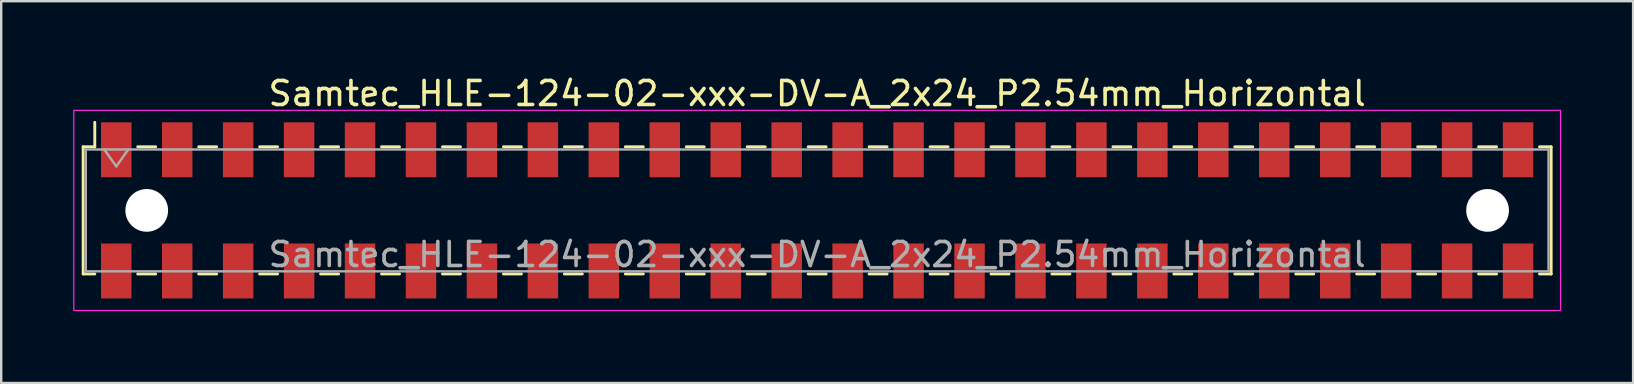
<source format=kicad_pcb>
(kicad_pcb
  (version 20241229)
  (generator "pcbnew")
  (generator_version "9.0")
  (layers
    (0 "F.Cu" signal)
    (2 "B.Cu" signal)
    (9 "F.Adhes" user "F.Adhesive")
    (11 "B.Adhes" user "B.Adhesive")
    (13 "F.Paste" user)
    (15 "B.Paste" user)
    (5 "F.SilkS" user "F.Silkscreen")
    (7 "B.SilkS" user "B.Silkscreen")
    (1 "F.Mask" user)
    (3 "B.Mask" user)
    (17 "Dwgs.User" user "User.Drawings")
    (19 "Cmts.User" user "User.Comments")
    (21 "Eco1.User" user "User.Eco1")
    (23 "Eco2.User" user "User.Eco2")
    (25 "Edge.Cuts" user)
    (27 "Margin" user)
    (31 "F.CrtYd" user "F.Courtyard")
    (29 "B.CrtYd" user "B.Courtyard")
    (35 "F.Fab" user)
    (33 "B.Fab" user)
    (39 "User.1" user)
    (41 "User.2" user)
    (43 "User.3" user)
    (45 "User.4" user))
  (footprint "Samtec_HLE-124-02-xxx-DV-A_2x24_P2.54mm_Horizontal"
    (layer "F.Cu")
    (at 31.005 5.718)
    (property "Reference" "Samtec_HLE-124-02-xxx-DV-A_2x24_P2.54mm_Horizontal" (at 0 -4.87 0) (layer "F.SilkS") (effects (font (size 1 1) (thickness 0.15))))
    (attr smd)
    (fp_line (start -30.59 -2.65) (end -30.59 2.65) (stroke (width 0.12) (type solid)) (layer "F.SilkS"))
    (fp_line (start -30.59 2.65) (end -30.105 2.65) (stroke (width 0.12) (type solid)) (layer "F.SilkS"))
    (fp_line (start -30.105 -3.67) (end -30.105 -2.65) (stroke (width 0.12) (type solid)) (layer "F.SilkS"))
    (fp_line (start -30.105 -2.65) (end -30.59 -2.65) (stroke (width 0.12) (type solid)) (layer "F.SilkS"))
    (fp_line (start -28.315 -2.65) (end -27.565 -2.65) (stroke (width 0.12) (type solid)) (layer "F.SilkS"))
    (fp_line (start -28.315 2.65) (end -27.565 2.65) (stroke (width 0.12) (type solid)) (layer "F.SilkS"))
    (fp_line (start -25.775 -2.65) (end -25.025 -2.65) (stroke (width 0.12) (type solid)) (layer "F.SilkS"))
    (fp_line (start -25.775 2.65) (end -25.025 2.65) (stroke (width 0.12) (type solid)) (layer "F.SilkS"))
    (fp_line (start -23.235 -2.65) (end -22.485 -2.65) (stroke (width 0.12) (type solid)) (layer "F.SilkS"))
    (fp_line (start -23.235 2.65) (end -22.485 2.65) (stroke (width 0.12) (type solid)) (layer "F.SilkS"))
    (fp_line (start -20.695 -2.65) (end -19.945 -2.65) (stroke (width 0.12) (type solid)) (layer "F.SilkS"))
    (fp_line (start -20.695 2.65) (end -19.945 2.65) (stroke (width 0.12) (type solid)) (layer "F.SilkS"))
    (fp_line (start -18.155 -2.65) (end -17.405 -2.65) (stroke (width 0.12) (type solid)) (layer "F.SilkS"))
    (fp_line (start -18.155 2.65) (end -17.405 2.65) (stroke (width 0.12) (type solid)) (layer "F.SilkS"))
    (fp_line (start -15.615 -2.65) (end -14.865 -2.65) (stroke (width 0.12) (type solid)) (layer "F.SilkS"))
    (fp_line (start -15.615 2.65) (end -14.865 2.65) (stroke (width 0.12) (type solid)) (layer "F.SilkS"))
    (fp_line (start -13.075 -2.65) (end -12.325 -2.65) (stroke (width 0.12) (type solid)) (layer "F.SilkS"))
    (fp_line (start -13.075 2.65) (end -12.325 2.65) (stroke (width 0.12) (type solid)) (layer "F.SilkS"))
    (fp_line (start -10.535 -2.65) (end -9.785 -2.65) (stroke (width 0.12) (type solid)) (layer "F.SilkS"))
    (fp_line (start -10.535 2.65) (end -9.785 2.65) (stroke (width 0.12) (type solid)) (layer "F.SilkS"))
    (fp_line (start -7.995 -2.65) (end -7.245 -2.65) (stroke (width 0.12) (type solid)) (layer "F.SilkS"))
    (fp_line (start -7.995 2.65) (end -7.245 2.65) (stroke (width 0.12) (type solid)) (layer "F.SilkS"))
    (fp_line (start -5.455 -2.65) (end -4.705 -2.65) (stroke (width 0.12) (type solid)) (layer "F.SilkS"))
    (fp_line (start -5.455 2.65) (end -4.705 2.65) (stroke (width 0.12) (type solid)) (layer "F.SilkS"))
    (fp_line (start -2.915 -2.65) (end -2.165 -2.65) (stroke (width 0.12) (type solid)) (layer "F.SilkS"))
    (fp_line (start -2.915 2.65) (end -2.165 2.65) (stroke (width 0.12) (type solid)) (layer "F.SilkS"))
    (fp_line (start -0.375 -2.65) (end 0.375 -2.65) (stroke (width 0.12) (type solid)) (layer "F.SilkS"))
    (fp_line (start -0.375 2.65) (end 0.375 2.65) (stroke (width 0.12) (type solid)) (layer "F.SilkS"))
    (fp_line (start 2.165 -2.65) (end 2.915 -2.65) (stroke (width 0.12) (type solid)) (layer "F.SilkS"))
    (fp_line (start 2.165 2.65) (end 2.915 2.65) (stroke (width 0.12) (type solid)) (layer "F.SilkS"))
    (fp_line (start 4.705 -2.65) (end 5.455 -2.65) (stroke (width 0.12) (type solid)) (layer "F.SilkS"))
    (fp_line (start 4.705 2.65) (end 5.455 2.65) (stroke (width 0.12) (type solid)) (layer "F.SilkS"))
    (fp_line (start 7.245 -2.65) (end 7.995 -2.65) (stroke (width 0.12) (type solid)) (layer "F.SilkS"))
    (fp_line (start 7.245 2.65) (end 7.995 2.65) (stroke (width 0.12) (type solid)) (layer "F.SilkS"))
    (fp_line (start 9.785 -2.65) (end 10.535 -2.65) (stroke (width 0.12) (type solid)) (layer "F.SilkS"))
    (fp_line (start 9.785 2.65) (end 10.535 2.65) (stroke (width 0.12) (type solid)) (layer "F.SilkS"))
    (fp_line (start 12.325 -2.65) (end 13.075 -2.65) (stroke (width 0.12) (type solid)) (layer "F.SilkS"))
    (fp_line (start 12.325 2.65) (end 13.075 2.65) (stroke (width 0.12) (type solid)) (layer "F.SilkS"))
    (fp_line (start 14.865 -2.65) (end 15.615 -2.65) (stroke (width 0.12) (type solid)) (layer "F.SilkS"))
    (fp_line (start 14.865 2.65) (end 15.615 2.65) (stroke (width 0.12) (type solid)) (layer "F.SilkS"))
    (fp_line (start 17.405 -2.65) (end 18.155 -2.65) (stroke (width 0.12) (type solid)) (layer "F.SilkS"))
    (fp_line (start 17.405 2.65) (end 18.155 2.65) (stroke (width 0.12) (type solid)) (layer "F.SilkS"))
    (fp_line (start 19.945 -2.65) (end 20.695 -2.65) (stroke (width 0.12) (type solid)) (layer "F.SilkS"))
    (fp_line (start 19.945 2.65) (end 20.695 2.65) (stroke (width 0.12) (type solid)) (layer "F.SilkS"))
    (fp_line (start 22.485 -2.65) (end 23.235 -2.65) (stroke (width 0.12) (type solid)) (layer "F.SilkS"))
    (fp_line (start 22.485 2.65) (end 23.235 2.65) (stroke (width 0.12) (type solid)) (layer "F.SilkS"))
    (fp_line (start 25.025 -2.65) (end 25.775 -2.65) (stroke (width 0.12) (type solid)) (layer "F.SilkS"))
    (fp_line (start 25.025 2.65) (end 25.775 2.65) (stroke (width 0.12) (type solid)) (layer "F.SilkS"))
    (fp_line (start 27.565 -2.65) (end 28.315 -2.65) (stroke (width 0.12) (type solid)) (layer "F.SilkS"))
    (fp_line (start 27.565 2.65) (end 28.315 2.65) (stroke (width 0.12) (type solid)) (layer "F.SilkS"))
    (fp_line (start 30.105 -2.65) (end 30.59 -2.65) (stroke (width 0.12) (type solid)) (layer "F.SilkS"))
    (fp_line (start 30.59 -2.65) (end 30.59 2.65) (stroke (width 0.12) (type solid)) (layer "F.SilkS"))
    (fp_line (start 30.59 2.65) (end 30.105 2.65) (stroke (width 0.12) (type solid)) (layer "F.SilkS"))
    (fp_line (start -30.98 -4.17) (end 30.98 -4.17) (stroke (width 0.05) (type solid)) (layer "F.CrtYd"))
    (fp_line (start -30.98 4.17) (end -30.98 -4.17) (stroke (width 0.05) (type solid)) (layer "F.CrtYd"))
    (fp_line (start 30.98 -4.17) (end 30.98 4.17) (stroke (width 0.05) (type solid)) (layer "F.CrtYd"))
    (fp_line (start 30.98 4.17) (end -30.98 4.17) (stroke (width 0.05) (type solid)) (layer "F.CrtYd"))
    (fp_line (start -30.48 -2.54) (end 30.48 -2.54) (stroke (width 0.1) (type solid)) (layer "F.Fab"))
    (fp_line (start -30.48 2.54) (end -30.48 -2.54) (stroke (width 0.1) (type solid)) (layer "F.Fab"))
    (fp_line (start -29.71 -2.54) (end -29.21 -1.833) (stroke (width 0.1) (type solid)) (layer "F.Fab"))
    (fp_line (start -29.21 -1.833) (end -28.71 -2.54) (stroke (width 0.1) (type solid)) (layer "F.Fab"))
    (fp_line (start 30.48 -2.54) (end 30.48 2.54) (stroke (width 0.1) (type solid)) (layer "F.Fab"))
    (fp_line (start 30.48 2.54) (end -30.48 2.54) (stroke (width 0.1) (type solid)) (layer "F.Fab"))
    (fp_text user "${REFERENCE}" (at 0 1.84 0) (layer "F.Fab") (effects (font (size 1 1) (thickness 0.15))))
    (pad "" np_thru_hole circle (at -27.94 0) (size 1.78 1.78) (drill 1.78) (layers "*.Cu" "*.Mask"))
    (pad "" np_thru_hole circle (at 27.94 0) (size 1.78 1.78) (drill 1.78) (layers "*.Cu" "*.Mask"))
    (pad "1" smd rect (at -29.21 -2.525) (size 1.27 2.29) (layers "F.Cu" "F.Mask" "F.Paste"))
    (pad "2" smd rect (at -29.21 2.525) (size 1.27 2.29) (layers "F.Cu" "F.Mask" "F.Paste"))
    (pad "3" smd rect (at -26.67 -2.525) (size 1.27 2.29) (layers "F.Cu" "F.Mask" "F.Paste"))
    (pad "4" smd rect (at -26.67 2.525) (size 1.27 2.29) (layers "F.Cu" "F.Mask" "F.Paste"))
    (pad "5" smd rect (at -24.13 -2.525) (size 1.27 2.29) (layers "F.Cu" "F.Mask" "F.Paste"))
    (pad "6" smd rect (at -24.13 2.525) (size 1.27 2.29) (layers "F.Cu" "F.Mask" "F.Paste"))
    (pad "7" smd rect (at -21.59 -2.525) (size 1.27 2.29) (layers "F.Cu" "F.Mask" "F.Paste"))
    (pad "8" smd rect (at -21.59 2.525) (size 1.27 2.29) (layers "F.Cu" "F.Mask" "F.Paste"))
    (pad "9" smd rect (at -19.05 -2.525) (size 1.27 2.29) (layers "F.Cu" "F.Mask" "F.Paste"))
    (pad "10" smd rect (at -19.05 2.525) (size 1.27 2.29) (layers "F.Cu" "F.Mask" "F.Paste"))
    (pad "11" smd rect (at -16.51 -2.525) (size 1.27 2.29) (layers "F.Cu" "F.Mask" "F.Paste"))
    (pad "12" smd rect (at -16.51 2.525) (size 1.27 2.29) (layers "F.Cu" "F.Mask" "F.Paste"))
    (pad "13" smd rect (at -13.97 -2.525) (size 1.27 2.29) (layers "F.Cu" "F.Mask" "F.Paste"))
    (pad "14" smd rect (at -13.97 2.525) (size 1.27 2.29) (layers "F.Cu" "F.Mask" "F.Paste"))
    (pad "15" smd rect (at -11.43 -2.525) (size 1.27 2.29) (layers "F.Cu" "F.Mask" "F.Paste"))
    (pad "16" smd rect (at -11.43 2.525) (size 1.27 2.29) (layers "F.Cu" "F.Mask" "F.Paste"))
    (pad "17" smd rect (at -8.89 -2.525) (size 1.27 2.29) (layers "F.Cu" "F.Mask" "F.Paste"))
    (pad "18" smd rect (at -8.89 2.525) (size 1.27 2.29) (layers "F.Cu" "F.Mask" "F.Paste"))
    (pad "19" smd rect (at -6.35 -2.525) (size 1.27 2.29) (layers "F.Cu" "F.Mask" "F.Paste"))
    (pad "20" smd rect (at -6.35 2.525) (size 1.27 2.29) (layers "F.Cu" "F.Mask" "F.Paste"))
    (pad "21" smd rect (at -3.81 -2.525) (size 1.27 2.29) (layers "F.Cu" "F.Mask" "F.Paste"))
    (pad "22" smd rect (at -3.81 2.525) (size 1.27 2.29) (layers "F.Cu" "F.Mask" "F.Paste"))
    (pad "23" smd rect (at -1.27 -2.525) (size 1.27 2.29) (layers "F.Cu" "F.Mask" "F.Paste"))
    (pad "24" smd rect (at -1.27 2.525) (size 1.27 2.29) (layers "F.Cu" "F.Mask" "F.Paste"))
    (pad "25" smd rect (at 1.27 -2.525) (size 1.27 2.29) (layers "F.Cu" "F.Mask" "F.Paste"))
    (pad "26" smd rect (at 1.27 2.525) (size 1.27 2.29) (layers "F.Cu" "F.Mask" "F.Paste"))
    (pad "27" smd rect (at 3.81 -2.525) (size 1.27 2.29) (layers "F.Cu" "F.Mask" "F.Paste"))
    (pad "28" smd rect (at 3.81 2.525) (size 1.27 2.29) (layers "F.Cu" "F.Mask" "F.Paste"))
    (pad "29" smd rect (at 6.35 -2.525) (size 1.27 2.29) (layers "F.Cu" "F.Mask" "F.Paste"))
    (pad "30" smd rect (at 6.35 2.525) (size 1.27 2.29) (layers "F.Cu" "F.Mask" "F.Paste"))
    (pad "31" smd rect (at 8.89 -2.525) (size 1.27 2.29) (layers "F.Cu" "F.Mask" "F.Paste"))
    (pad "32" smd rect (at 8.89 2.525) (size 1.27 2.29) (layers "F.Cu" "F.Mask" "F.Paste"))
    (pad "33" smd rect (at 11.43 -2.525) (size 1.27 2.29) (layers "F.Cu" "F.Mask" "F.Paste"))
    (pad "34" smd rect (at 11.43 2.525) (size 1.27 2.29) (layers "F.Cu" "F.Mask" "F.Paste"))
    (pad "35" smd rect (at 13.97 -2.525) (size 1.27 2.29) (layers "F.Cu" "F.Mask" "F.Paste"))
    (pad "36" smd rect (at 13.97 2.525) (size 1.27 2.29) (layers "F.Cu" "F.Mask" "F.Paste"))
    (pad "37" smd rect (at 16.51 -2.525) (size 1.27 2.29) (layers "F.Cu" "F.Mask" "F.Paste"))
    (pad "38" smd rect (at 16.51 2.525) (size 1.27 2.29) (layers "F.Cu" "F.Mask" "F.Paste"))
    (pad "39" smd rect (at 19.05 -2.525) (size 1.27 2.29) (layers "F.Cu" "F.Mask" "F.Paste"))
    (pad "40" smd rect (at 19.05 2.525) (size 1.27 2.29) (layers "F.Cu" "F.Mask" "F.Paste"))
    (pad "41" smd rect (at 21.59 -2.525) (size 1.27 2.29) (layers "F.Cu" "F.Mask" "F.Paste"))
    (pad "42" smd rect (at 21.59 2.525) (size 1.27 2.29) (layers "F.Cu" "F.Mask" "F.Paste"))
    (pad "43" smd rect (at 24.13 -2.525) (size 1.27 2.29) (layers "F.Cu" "F.Mask" "F.Paste"))
    (pad "44" smd rect (at 24.13 2.525) (size 1.27 2.29) (layers "F.Cu" "F.Mask" "F.Paste"))
    (pad "45" smd rect (at 26.67 -2.525) (size 1.27 2.29) (layers "F.Cu" "F.Mask" "F.Paste"))
    (pad "46" smd rect (at 26.67 2.525) (size 1.27 2.29) (layers "F.Cu" "F.Mask" "F.Paste"))
    (pad "47" smd rect (at 29.21 -2.525) (size 1.27 2.29) (layers "F.Cu" "F.Mask" "F.Paste"))
    (pad "48" smd rect (at 29.21 2.525) (size 1.27 2.29) (layers "F.Cu" "F.Mask" "F.Paste")))
  (gr_rect
    (start -3 -3)
    (end 65.01 12.913)
    (stroke (width 0.1) (type default))
    (fill no)
    (layer "Edge.Cuts")))
</source>
